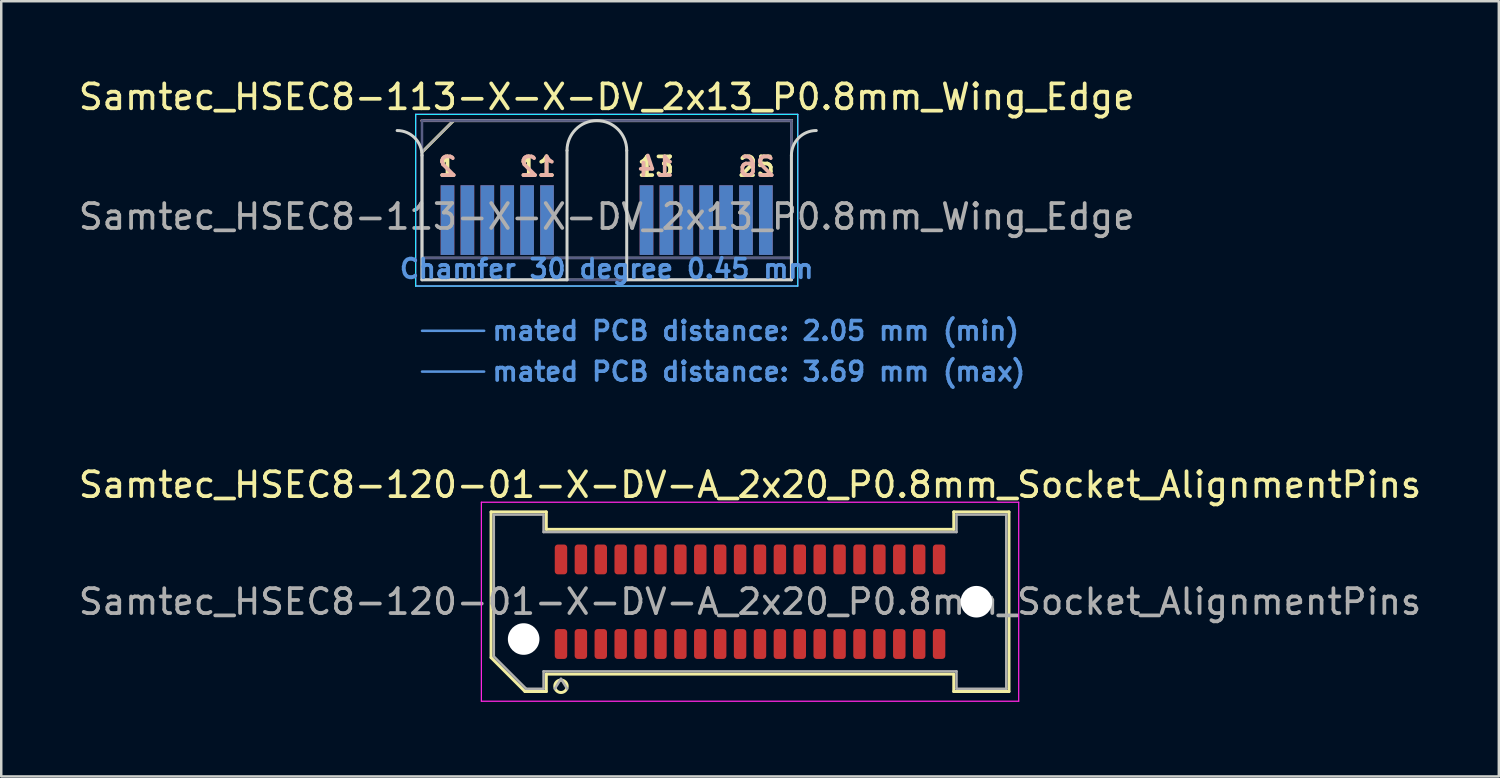
<source format=kicad_pcb>
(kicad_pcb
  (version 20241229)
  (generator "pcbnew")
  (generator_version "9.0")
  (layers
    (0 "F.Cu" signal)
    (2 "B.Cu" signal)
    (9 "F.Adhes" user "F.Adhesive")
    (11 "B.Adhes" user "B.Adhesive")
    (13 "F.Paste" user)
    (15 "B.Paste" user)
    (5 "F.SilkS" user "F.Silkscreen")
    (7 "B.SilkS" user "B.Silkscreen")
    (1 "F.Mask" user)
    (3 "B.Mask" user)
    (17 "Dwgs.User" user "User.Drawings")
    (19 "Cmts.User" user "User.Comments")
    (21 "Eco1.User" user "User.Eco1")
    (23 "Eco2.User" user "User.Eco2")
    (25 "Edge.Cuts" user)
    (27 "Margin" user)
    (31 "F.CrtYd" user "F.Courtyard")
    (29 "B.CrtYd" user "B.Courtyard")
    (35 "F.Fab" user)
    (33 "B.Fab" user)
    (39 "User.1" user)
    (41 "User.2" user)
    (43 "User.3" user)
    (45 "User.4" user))
  (footprint "Samtec_HSEC8-120-01-X-DV-A_2x20_P0.8mm_Socket_AlignmentPins"
    (layer "F.Cu")
    (at 27.101 21.139)
    (property "Reference" "Samtec_HSEC8-120-01-X-DV-A_2x20_P0.8mm_Socket_AlignmentPins" (at 0 -4.7 0) (layer "F.SilkS") (effects (font (size 1 1) (thickness 0.15))))
    (attr smd)
    (fp_line (start -10.41 -3.61) (end -8.19 -3.61) (stroke (width 0.12) (type solid)) (layer "F.SilkS"))
    (fp_line (start -10.41 2.246) (end -10.41 -3.61) (stroke (width 0.12) (type solid)) (layer "F.SilkS"))
    (fp_line (start -9.046 3.61) (end -10.41 2.246) (stroke (width 0.12) (type solid)) (layer "F.SilkS"))
    (fp_line (start -8.19 -3.61) (end -8.19 -2.91) (stroke (width 0.12) (type solid)) (layer "F.SilkS"))
    (fp_line (start -8.19 -2.91) (end 8.19 -2.91) (stroke (width 0.12) (type solid)) (layer "F.SilkS"))
    (fp_line (start -8.19 2.91) (end -8.19 3.61) (stroke (width 0.12) (type solid)) (layer "F.SilkS"))
    (fp_line (start -8.19 3.61) (end -9.046 3.61) (stroke (width 0.12) (type solid)) (layer "F.SilkS"))
    (fp_line (start 8.19 -3.61) (end 10.41 -3.61) (stroke (width 0.12) (type solid)) (layer "F.SilkS"))
    (fp_line (start 8.19 -2.91) (end 8.19 -3.61) (stroke (width 0.12) (type solid)) (layer "F.SilkS"))
    (fp_line (start 8.19 2.91) (end -8.19 2.91) (stroke (width 0.12) (type solid)) (layer "F.SilkS"))
    (fp_line (start 8.19 3.61) (end 8.19 2.91) (stroke (width 0.12) (type solid)) (layer "F.SilkS"))
    (fp_line (start 10.41 -3.61) (end 10.41 3.61) (stroke (width 0.12) (type solid)) (layer "F.SilkS"))
    (fp_line (start 10.41 3.61) (end 8.19 3.61) (stroke (width 0.12) (type solid)) (layer "F.SilkS"))
    (fp_arc (start -7.35 3.4) (mid -7.85 3.4) (end -7.35 3.4) (stroke (width 0.12) (type solid)) (layer "F.SilkS"))
    (fp_line (start -10.8 -4) (end -10.8 4) (stroke (width 0.05) (type solid)) (layer "F.CrtYd"))
    (fp_line (start -10.8 4) (end 10.8 4) (stroke (width 0.05) (type solid)) (layer "F.CrtYd"))
    (fp_line (start 10.8 -4) (end -10.8 -4) (stroke (width 0.05) (type solid)) (layer "F.CrtYd"))
    (fp_line (start 10.8 4) (end 10.8 -4) (stroke (width 0.05) (type solid)) (layer "F.CrtYd"))
    (fp_line (start -10.3 -3.5) (end -8.3 -3.5) (stroke (width 0.1) (type solid)) (layer "F.Fab"))
    (fp_line (start -10.3 2.2) (end -10.3 -3.5) (stroke (width 0.1) (type solid)) (layer "F.Fab"))
    (fp_line (start -9 3.5) (end -10.3 2.2) (stroke (width 0.1) (type solid)) (layer "F.Fab"))
    (fp_line (start -8.3 -3.5) (end -8.3 -2.8) (stroke (width 0.1) (type solid)) (layer "F.Fab"))
    (fp_line (start -8.3 -2.8) (end 8.3 -2.8) (stroke (width 0.1) (type solid)) (layer "F.Fab"))
    (fp_line (start -8.3 2.8) (end -8.3 3.5) (stroke (width 0.1) (type solid)) (layer "F.Fab"))
    (fp_line (start -8.3 3.5) (end -9 3.5) (stroke (width 0.1) (type solid)) (layer "F.Fab"))
    (fp_line (start -7.6 3.1) (end -7.85 3.5) (stroke (width 0.1) (type solid)) (layer "F.Fab"))
    (fp_line (start -7.6 3.1) (end -7.35 3.5) (stroke (width 0.1) (type solid)) (layer "F.Fab"))
    (fp_line (start 8.3 -3.5) (end 10.3 -3.5) (stroke (width 0.1) (type solid)) (layer "F.Fab"))
    (fp_line (start 8.3 -2.8) (end 8.3 -3.5) (stroke (width 0.1) (type solid)) (layer "F.Fab"))
    (fp_line (start 8.3 2.8) (end -8.3 2.8) (stroke (width 0.1) (type solid)) (layer "F.Fab"))
    (fp_line (start 8.3 3.5) (end 8.3 2.8) (stroke (width 0.1) (type solid)) (layer "F.Fab"))
    (fp_line (start 10.3 -3.5) (end 10.3 3.5) (stroke (width 0.1) (type solid)) (layer "F.Fab"))
    (fp_line (start 10.3 3.5) (end 8.3 3.5) (stroke (width 0.1) (type solid)) (layer "F.Fab"))
    (fp_text user "${REFERENCE}" (at 0 0 0) (layer "F.Fab") (effects (font (size 1 1) (thickness 0.15))))
    (pad "" np_thru_hole circle (at -9.1 1.5) (size 1.27 1.27) (drill 1.27) (layers "*.Cu" "*.Mask"))
    (pad "" np_thru_hole circle (at 9.1 0) (size 1.27 1.27) (drill 1.27) (layers "*.Cu" "*.Mask"))
    (pad "1" smd roundrect (at -7.6 1.7) (size 0.5 1.2) (layers "F.Cu" "F.Mask" "F.Paste") (roundrect_rratio 0.25))
    (pad "2" smd roundrect (at -7.6 -1.7) (size 0.5 1.2) (layers "F.Cu" "F.Mask" "F.Paste") (roundrect_rratio 0.25))
    (pad "3" smd roundrect (at -6.8 1.7) (size 0.5 1.2) (layers "F.Cu" "F.Mask" "F.Paste") (roundrect_rratio 0.25))
    (pad "4" smd roundrect (at -6.8 -1.7) (size 0.5 1.2) (layers "F.Cu" "F.Mask" "F.Paste") (roundrect_rratio 0.25))
    (pad "5" smd roundrect (at -6 1.7) (size 0.5 1.2) (layers "F.Cu" "F.Mask" "F.Paste") (roundrect_rratio 0.25))
    (pad "6" smd roundrect (at -6 -1.7) (size 0.5 1.2) (layers "F.Cu" "F.Mask" "F.Paste") (roundrect_rratio 0.25))
    (pad "7" smd roundrect (at -5.2 1.7) (size 0.5 1.2) (layers "F.Cu" "F.Mask" "F.Paste") (roundrect_rratio 0.25))
    (pad "8" smd roundrect (at -5.2 -1.7) (size 0.5 1.2) (layers "F.Cu" "F.Mask" "F.Paste") (roundrect_rratio 0.25))
    (pad "9" smd roundrect (at -4.4 1.7) (size 0.5 1.2) (layers "F.Cu" "F.Mask" "F.Paste") (roundrect_rratio 0.25))
    (pad "10" smd roundrect (at -4.4 -1.7) (size 0.5 1.2) (layers "F.Cu" "F.Mask" "F.Paste") (roundrect_rratio 0.25))
    (pad "11" smd roundrect (at -3.6 1.7) (size 0.5 1.2) (layers "F.Cu" "F.Mask" "F.Paste") (roundrect_rratio 0.25))
    (pad "12" smd roundrect (at -3.6 -1.7) (size 0.5 1.2) (layers "F.Cu" "F.Mask" "F.Paste") (roundrect_rratio 0.25))
    (pad "13" smd roundrect (at -2.8 1.7) (size 0.5 1.2) (layers "F.Cu" "F.Mask" "F.Paste") (roundrect_rratio 0.25))
    (pad "14" smd roundrect (at -2.8 -1.7) (size 0.5 1.2) (layers "F.Cu" "F.Mask" "F.Paste") (roundrect_rratio 0.25))
    (pad "15" smd roundrect (at -2 1.7) (size 0.5 1.2) (layers "F.Cu" "F.Mask" "F.Paste") (roundrect_rratio 0.25))
    (pad "16" smd roundrect (at -2 -1.7) (size 0.5 1.2) (layers "F.Cu" "F.Mask" "F.Paste") (roundrect_rratio 0.25))
    (pad "17" smd roundrect (at -1.2 1.7) (size 0.5 1.2) (layers "F.Cu" "F.Mask" "F.Paste") (roundrect_rratio 0.25))
    (pad "18" smd roundrect (at -1.2 -1.7) (size 0.5 1.2) (layers "F.Cu" "F.Mask" "F.Paste") (roundrect_rratio 0.25))
    (pad "19" smd roundrect (at -0.4 1.7) (size 0.5 1.2) (layers "F.Cu" "F.Mask" "F.Paste") (roundrect_rratio 0.25))
    (pad "20" smd roundrect (at -0.4 -1.7) (size 0.5 1.2) (layers "F.Cu" "F.Mask" "F.Paste") (roundrect_rratio 0.25))
    (pad "21" smd roundrect (at 0.4 1.7) (size 0.5 1.2) (layers "F.Cu" "F.Mask" "F.Paste") (roundrect_rratio 0.25))
    (pad "22" smd roundrect (at 0.4 -1.7) (size 0.5 1.2) (layers "F.Cu" "F.Mask" "F.Paste") (roundrect_rratio 0.25))
    (pad "23" smd roundrect (at 1.2 1.7) (size 0.5 1.2) (layers "F.Cu" "F.Mask" "F.Paste") (roundrect_rratio 0.25))
    (pad "24" smd roundrect (at 1.2 -1.7) (size 0.5 1.2) (layers "F.Cu" "F.Mask" "F.Paste") (roundrect_rratio 0.25))
    (pad "25" smd roundrect (at 2 1.7) (size 0.5 1.2) (layers "F.Cu" "F.Mask" "F.Paste") (roundrect_rratio 0.25))
    (pad "26" smd roundrect (at 2 -1.7) (size 0.5 1.2) (layers "F.Cu" "F.Mask" "F.Paste") (roundrect_rratio 0.25))
    (pad "27" smd roundrect (at 2.8 1.7) (size 0.5 1.2) (layers "F.Cu" "F.Mask" "F.Paste") (roundrect_rratio 0.25))
    (pad "28" smd roundrect (at 2.8 -1.7) (size 0.5 1.2) (layers "F.Cu" "F.Mask" "F.Paste") (roundrect_rratio 0.25))
    (pad "29" smd roundrect (at 3.6 1.7) (size 0.5 1.2) (layers "F.Cu" "F.Mask" "F.Paste") (roundrect_rratio 0.25))
    (pad "30" smd roundrect (at 3.6 -1.7) (size 0.5 1.2) (layers "F.Cu" "F.Mask" "F.Paste") (roundrect_rratio 0.25))
    (pad "31" smd roundrect (at 4.4 1.7) (size 0.5 1.2) (layers "F.Cu" "F.Mask" "F.Paste") (roundrect_rratio 0.25))
    (pad "32" smd roundrect (at 4.4 -1.7) (size 0.5 1.2) (layers "F.Cu" "F.Mask" "F.Paste") (roundrect_rratio 0.25))
    (pad "33" smd roundrect (at 5.2 1.7) (size 0.5 1.2) (layers "F.Cu" "F.Mask" "F.Paste") (roundrect_rratio 0.25))
    (pad "34" smd roundrect (at 5.2 -1.7) (size 0.5 1.2) (layers "F.Cu" "F.Mask" "F.Paste") (roundrect_rratio 0.25))
    (pad "35" smd roundrect (at 6 1.7) (size 0.5 1.2) (layers "F.Cu" "F.Mask" "F.Paste") (roundrect_rratio 0.25))
    (pad "36" smd roundrect (at 6 -1.7) (size 0.5 1.2) (layers "F.Cu" "F.Mask" "F.Paste") (roundrect_rratio 0.25))
    (pad "37" smd roundrect (at 6.8 1.7) (size 0.5 1.2) (layers "F.Cu" "F.Mask" "F.Paste") (roundrect_rratio 0.25))
    (pad "38" smd roundrect (at 6.8 -1.7) (size 0.5 1.2) (layers "F.Cu" "F.Mask" "F.Paste") (roundrect_rratio 0.25))
    (pad "39" smd roundrect (at 7.6 1.7) (size 0.5 1.2) (layers "F.Cu" "F.Mask" "F.Paste") (roundrect_rratio 0.25))
    (pad "40" smd roundrect (at 7.6 -1.7) (size 0.5 1.2) (layers "F.Cu" "F.Mask" "F.Paste") (roundrect_rratio 0.25)))
  (footprint "Samtec_HSEC8-113-X-X-DV_2x13_P0.8mm_Wing_Edge"
    (layer "F.Cu")
    (at 21.339 8.198)
    (property "Reference" "Samtec_HSEC8-113-X-X-DV_2x13_P0.8mm_Wing_Edge" (at 0 -7.35 0) (layer "F.SilkS") (effects (font (size 1 1) (thickness 0.15))))
    (attr exclude_from_pos_files exclude_from_bom)
    (fp_line (start -7.425 -5.13) (end -6.155 -6.4) (stroke (width 0.12) (type solid)) (layer "F.SilkS"))
    (fp_line (start -6.155 -6.4) (end 7.425 -6.4) (stroke (width 0.12) (type solid)) (layer "F.SilkS"))
    (fp_line (start -7.425 -6.4) (end -7.425 -6.4) (stroke (width 0.12) (type solid)) (layer "B.SilkS"))
    (fp_line (start -7.425 -6.4) (end 7.425 -6.4) (stroke (width 0.12) (type solid)) (layer "B.SilkS"))
    (fp_line (start -7.425 2.05) (end -4.925 2.05) (stroke (width 0.1) (type solid)) (layer "Cmts.User"))
    (fp_line (start -7.425 3.69) (end -4.925 3.69) (stroke (width 0.1) (type solid)) (layer "Cmts.User"))
    (fp_line (start -7.425 -5) (end -7.425 0) (stroke (width 0.12) (type solid)) (layer "Edge.Cuts"))
    (fp_line (start -7.425 0) (end -1.595 0) (stroke (width 0.12) (type solid)) (layer "Edge.Cuts"))
    (fp_line (start -1.595 0) (end -1.595 -5.2) (stroke (width 0.12) (type solid)) (layer "Edge.Cuts"))
    (fp_line (start 0.805 -5.2) (end 0.805 0) (stroke (width 0.12) (type solid)) (layer "Edge.Cuts"))
    (fp_line (start 0.805 0) (end 7.425 0) (stroke (width 0.12) (type solid)) (layer "Edge.Cuts"))
    (fp_line (start 7.425 0) (end 7.425 -5) (stroke (width 0.12) (type solid)) (layer "Edge.Cuts"))
    (fp_arc (start -8.425 -6) (mid -7.717893 -5.707107) (end -7.425 -5) (stroke (width 0.12) (type solid)) (layer "Edge.Cuts"))
    (fp_arc (start -1.595 -5.2) (mid -0.395 -6.4) (end 0.805 -5.2) (stroke (width 0.12) (type solid)) (layer "Edge.Cuts"))
    (fp_arc (start 7.425 -5) (mid 7.717893 -5.707107) (end 8.425 -6) (stroke (width 0.12) (type solid)) (layer "Edge.Cuts"))
    (fp_line (start -7.68 -6.65) (end -7.68 0.25) (stroke (width 0.05) (type solid)) (layer "B.CrtYd"))
    (fp_line (start -7.68 0.25) (end 7.68 0.25) (stroke (width 0.05) (type solid)) (layer "B.CrtYd"))
    (fp_line (start 7.68 -6.65) (end -7.68 -6.65) (stroke (width 0.05) (type solid)) (layer "B.CrtYd"))
    (fp_line (start 7.68 0.25) (end 7.68 -6.65) (stroke (width 0.05) (type solid)) (layer "B.CrtYd"))
    (fp_line (start -7.68 -6.65) (end -7.68 0.25) (stroke (width 0.05) (type solid)) (layer "F.CrtYd"))
    (fp_line (start -7.68 0.25) (end 7.68 0.25) (stroke (width 0.05) (type solid)) (layer "F.CrtYd"))
    (fp_line (start 7.68 -6.65) (end -7.68 -6.65) (stroke (width 0.05) (type solid)) (layer "F.CrtYd"))
    (fp_line (start 7.68 0.25) (end 7.68 -6.65) (stroke (width 0.05) (type solid)) (layer "F.CrtYd"))
    (fp_line (start -7.425 -6.4) (end -7.425 -6.4) (stroke (width 0.1) (type solid)) (layer "B.Fab"))
    (fp_line (start -7.425 -6.4) (end -7.425 0) (stroke (width 0.1) (type solid)) (layer "B.Fab"))
    (fp_line (start -7.425 -6.4) (end 7.425 -6.4) (stroke (width 0.1) (type solid)) (layer "B.Fab"))
    (fp_line (start -7.425 -0.88) (end 7.425 -0.88) (stroke (width 0.1) (type solid)) (layer "B.Fab"))
    (fp_line (start -7.425 0) (end 7.425 0) (stroke (width 0.1) (type solid)) (layer "B.Fab"))
    (fp_line (start 7.425 -6.4) (end 7.425 0) (stroke (width 0.1) (type solid)) (layer "B.Fab"))
    (fp_line (start -7.425 -5.13) (end -7.425 0) (stroke (width 0.1) (type solid)) (layer "F.Fab"))
    (fp_line (start -7.425 -5.13) (end -6.155 -6.4) (stroke (width 0.1) (type solid)) (layer "F.Fab"))
    (fp_line (start -7.425 -0.88) (end 7.425 -0.88) (stroke (width 0.1) (type solid)) (layer "F.Fab"))
    (fp_line (start -7.425 0) (end 7.425 0) (stroke (width 0.1) (type solid)) (layer "F.Fab"))
    (fp_line (start -6.155 -6.4) (end 7.425 -6.4) (stroke (width 0.1) (type solid)) (layer "F.Fab"))
    (fp_line (start 7.425 -6.4) (end 7.425 0) (stroke (width 0.1) (type solid)) (layer "F.Fab"))
    (fp_text user "1" (at -6.4 -4.55 0) (layer "F.SilkS") (effects (font (size 0.75 0.75) (thickness 0.15))))
    (fp_text user "11" (at -2.775 -4.55 0) (layer "F.SilkS") (effects (font (size 0.75 0.75) (thickness 0.15))))
    (fp_text user "13" (at 1.975 -4.55 0) (layer "F.SilkS") (effects (font (size 0.75 0.75) (thickness 0.15))))
    (fp_text user "25" (at 6.025 -4.55 0) (layer "F.SilkS") (effects (font (size 0.75 0.75) (thickness 0.15))))
    (fp_text user "14" (at 1.975 -4.55 0) (layer "B.SilkS") (effects (font (size 0.75 0.75) (thickness 0.15)) (justify mirror)))
    (fp_text user "2" (at -6.4 -4.55 0) (layer "B.SilkS") (effects (font (size 0.75 0.75) (thickness 0.15)) (justify mirror)))
    (fp_text user "12" (at -2.775 -4.55 0) (layer "B.SilkS") (effects (font (size 0.75 0.75) (thickness 0.15)) (justify mirror)))
    (fp_text user "26" (at 6.025 -4.55 0) (layer "B.SilkS") (effects (font (size 0.75 0.75) (thickness 0.15)) (justify mirror)))
    (fp_text user "mated PCB distance: 3.69 mm (max)" (at -4.68 3.69 0) (layer "Cmts.User") (effects (font (size 0.75 0.75) (thickness 0.15)) (justify left)))
    (fp_text user "Chamfer 30 degree 0.45 mm" (at 0 -0.44 0) (layer "Cmts.User") (effects (font (size 0.75 0.75) (thickness 0.15))))
    (fp_text user "mated PCB distance: 2.05 mm (min)" (at -4.68 2.05 0) (layer "Cmts.User") (effects (font (size 0.75 0.75) (thickness 0.15)) (justify left)))
    (fp_text user "${REFERENCE}" (at 0 -2.54 0) (layer "F.Fab") (effects (font (size 1 1) (thickness 0.15))))
    (pad "1" connect rect (at -6.4 -2.4) (size 0.55 2.8) (layers "F.Cu" "F.Mask"))
    (pad "2" connect rect (at -6.4 -2.4) (size 0.55 2.8) (layers "B.Cu" "B.Mask"))
    (pad "3" connect rect (at -5.6 -2.4) (size 0.55 2.8) (layers "F.Cu" "F.Mask"))
    (pad "4" connect rect (at -5.6 -2.4) (size 0.55 2.8) (layers "B.Cu" "B.Mask"))
    (pad "5" connect rect (at -4.8 -2.4) (size 0.55 2.8) (layers "F.Cu" "F.Mask"))
    (pad "6" connect rect (at -4.8 -2.4) (size 0.55 2.8) (layers "B.Cu" "B.Mask"))
    (pad "7" connect rect (at -4 -2.4) (size 0.55 2.8) (layers "F.Cu" "F.Mask"))
    (pad "8" connect rect (at -4 -2.4) (size 0.55 2.8) (layers "B.Cu" "B.Mask"))
    (pad "9" connect rect (at -3.2 -2.4) (size 0.55 2.8) (layers "F.Cu" "F.Mask"))
    (pad "10" connect rect (at -3.2 -2.4) (size 0.55 2.8) (layers "B.Cu" "B.Mask"))
    (pad "11" connect rect (at -2.4 -2.4) (size 0.55 2.8) (layers "F.Cu" "F.Mask"))
    (pad "12" connect rect (at -2.4 -2.4) (size 0.55 2.8) (layers "B.Cu" "B.Mask"))
    (pad "13" connect rect (at 1.6 -2.4) (size 0.55 2.8) (layers "F.Cu" "F.Mask"))
    (pad "14" connect rect (at 1.6 -2.4) (size 0.55 2.8) (layers "B.Cu" "B.Mask"))
    (pad "15" connect rect (at 2.4 -2.4) (size 0.55 2.8) (layers "F.Cu" "F.Mask"))
    (pad "16" connect rect (at 2.4 -2.4) (size 0.55 2.8) (layers "B.Cu" "B.Mask"))
    (pad "17" connect rect (at 3.2 -2.4) (size 0.55 2.8) (layers "F.Cu" "F.Mask"))
    (pad "18" connect rect (at 3.2 -2.4) (size 0.55 2.8) (layers "B.Cu" "B.Mask"))
    (pad "19" connect rect (at 4 -2.4) (size 0.55 2.8) (layers "F.Cu" "F.Mask"))
    (pad "20" connect rect (at 4 -2.4) (size 0.55 2.8) (layers "B.Cu" "B.Mask"))
    (pad "21" connect rect (at 4.8 -2.4) (size 0.55 2.8) (layers "F.Cu" "F.Mask"))
    (pad "22" connect rect (at 4.8 -2.4) (size 0.55 2.8) (layers "B.Cu" "B.Mask"))
    (pad "23" connect rect (at 5.6 -2.4) (size 0.55 2.8) (layers "F.Cu" "F.Mask"))
    (pad "24" connect rect (at 5.6 -2.4) (size 0.55 2.8) (layers "B.Cu" "B.Mask"))
    (pad "25" connect rect (at 6.4 -2.4) (size 0.55 2.8) (layers "F.Cu" "F.Mask"))
    (pad "26" connect rect (at 6.4 -2.4) (size 0.55 2.8) (layers "B.Cu" "B.Mask")))
  (gr_rect
    (start -3 -3)
    (end 57.202 28.163)
    (stroke (width 0.1) (type default))
    (fill no)
    (layer "Edge.Cuts")))
</source>
